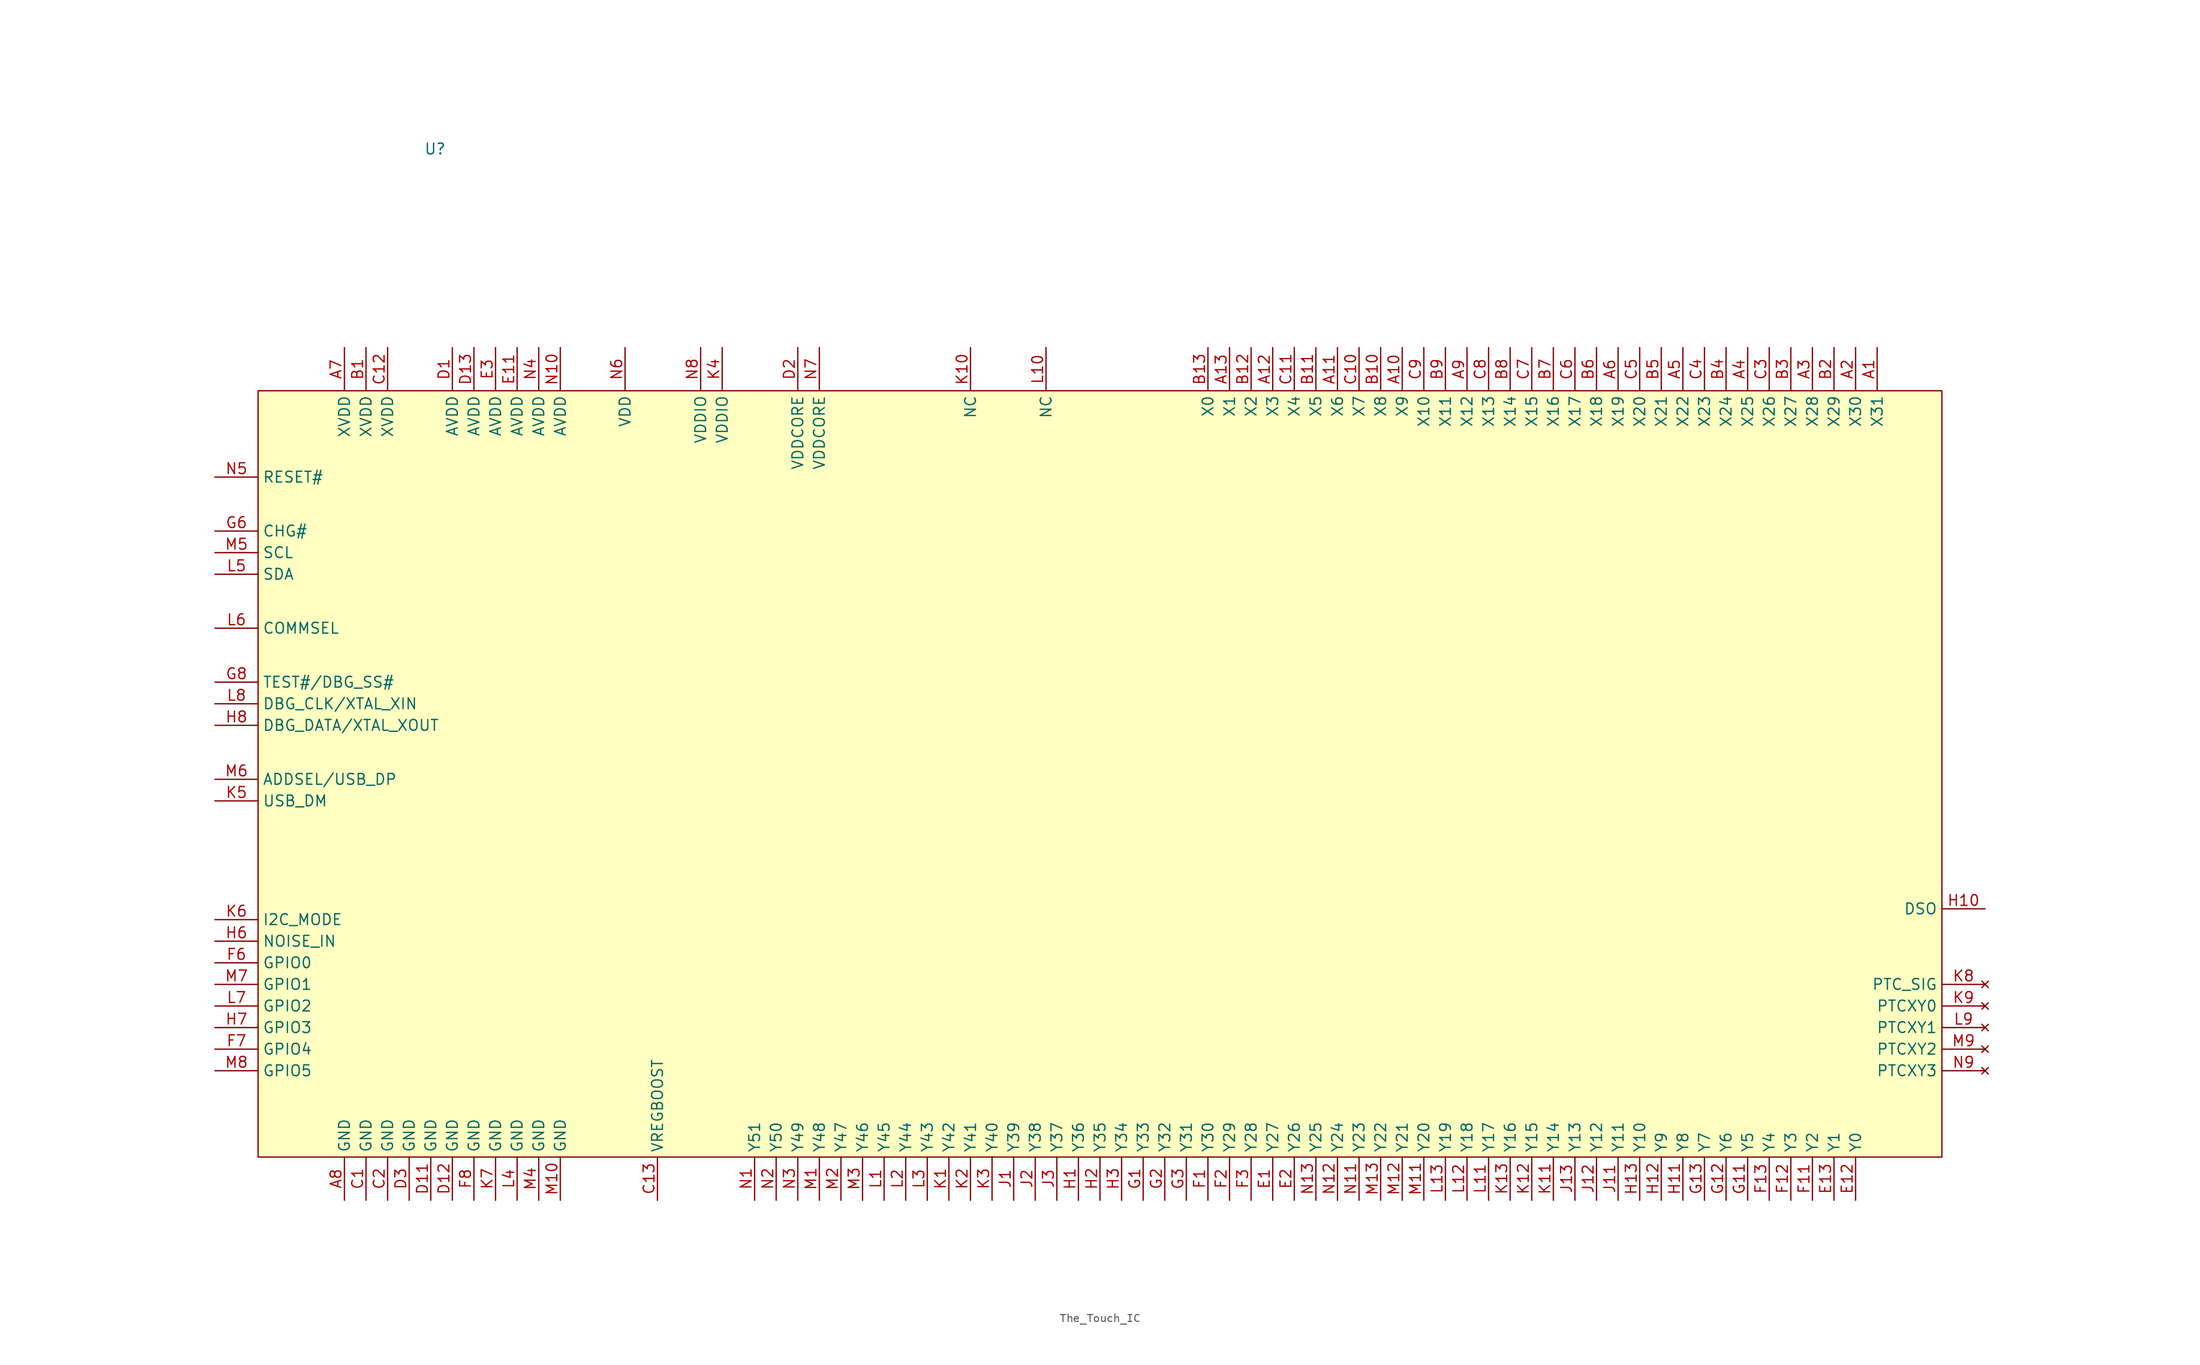
<source format=kicad_sym>
(kicad_symbol_lib
  (version 20241209)
  (generator "kicad_symbol_editor")
  (generator_version "9.0")
  (symbol "The_Touch_IC"
    (property "Reference" "U"
      (at -2.032 94.488 0)
      (effects (font (size 1.27 1.27))))
    (property "Value" ""
      (at 0 0 0)
      (effects (font (size 1.27 1.27))))
    (symbol "The_Touch_IC_1_1"
      (rectangle (start -22.86 66.04) (end 175.26 -24.13) (stroke (width 0) (type solid)) (fill (type background)))
      (pin unspecified line (at -27.94 55.88 0) (length 5.08) (name "RESET#" (effects (font (size 1.27 1.27)))) (number "N5" (effects (font (size 1.27 1.27)))))
      (pin unspecified line (at -27.94 49.53 0) (length 5.08) (name "CHG#" (effects (font (size 1.27 1.27)))) (number "G6" (effects (font (size 1.27 1.27)))))
      (pin unspecified line (at -27.94 46.99 0) (length 5.08) (name "SCL" (effects (font (size 1.27 1.27)))) (number "M5" (effects (font (size 1.27 1.27)))))
      (pin unspecified line (at -27.94 44.45 0) (length 5.08) (name "SDA" (effects (font (size 1.27 1.27)))) (number "L5" (effects (font (size 1.27 1.27)))))
      (pin unspecified line (at -27.94 38.1 0) (length 5.08) (name "COMMSEL" (effects (font (size 1.27 1.27)))) (number "L6" (effects (font (size 1.27 1.27)))))
      (pin unspecified line (at -27.94 31.75 0) (length 5.08) (name "TEST#/DBG_SS#" (effects (font (size 1.27 1.27)))) (number "G8" (effects (font (size 1.27 1.27)))))
      (pin unspecified line (at -27.94 29.21 0) (length 5.08) (name "DBG_CLK/XTAL_XIN" (effects (font (size 1.27 1.27)))) (number "L8" (effects (font (size 1.27 1.27)))))
      (pin unspecified line (at -27.94 26.67 0) (length 5.08) (name "DBG_DATA/XTAL_XOUT" (effects (font (size 1.27 1.27)))) (number "H8" (effects (font (size 1.27 1.27)))))
      (pin unspecified line (at -27.94 20.32 0) (length 5.08) (name "ADDSEL/USB_DP" (effects (font (size 1.27 1.27)))) (number "M6" (effects (font (size 1.27 1.27)))))
      (pin unspecified line (at -27.94 17.78 0) (length 5.08) (name "USB_DM" (effects (font (size 1.27 1.27)))) (number "K5" (effects (font (size 1.27 1.27)))))
      (pin input line (at -27.94 3.81 0) (length 5.08) (name "I2C_MODE" (effects (font (size 1.27 1.27)))) (number "K6" (effects (font (size 1.27 1.27)))))
      (pin input line (at -27.94 1.27 0) (length 5.08) (name "NOISE_IN" (effects (font (size 1.27 1.27)))) (number "H6" (effects (font (size 1.27 1.27)))))
      (pin bidirectional line (at -27.94 -1.27 0) (length 5.08) (name "GPIO0" (effects (font (size 1.27 1.27)))) (number "F6" (effects (font (size 1.27 1.27)))))
      (pin bidirectional line (at -27.94 -3.81 0) (length 5.08) (name "GPIO1" (effects (font (size 1.27 1.27)))) (number "M7" (effects (font (size 1.27 1.27)))))
      (pin bidirectional line (at -27.94 -6.35 0) (length 5.08) (name "GPIO2" (effects (font (size 1.27 1.27)))) (number "L7" (effects (font (size 1.27 1.27)))))
      (pin bidirectional line (at -27.94 -8.89 0) (length 5.08) (name "GPIO3" (effects (font (size 1.27 1.27)))) (number "H7" (effects (font (size 1.27 1.27)))))
      (pin bidirectional line (at -27.94 -11.43 0) (length 5.08) (name "GPIO4" (effects (font (size 1.27 1.27)))) (number "F7" (effects (font (size 1.27 1.27)))))
      (pin bidirectional line (at -27.94 -13.97 0) (length 5.08) (name "GPIO5" (effects (font (size 1.27 1.27)))) (number "M8" (effects (font (size 1.27 1.27)))))
      (pin unspecified line (at -12.7 71.12 270) (length 5.08) (name "XVDD" (effects (font (size 1.27 1.27)))) (number "A7" (effects (font (size 1.27 1.27)))))
      (pin power_in line (at -12.7 -29.21 90) (length 5.08) (name "GND" (effects (font (size 1.27 1.27)))) (number "A8" (effects (font (size 1.27 1.27)))))
      (pin unspecified line (at -10.16 71.12 270) (length 5.08) (name "XVDD" (effects (font (size 1.27 1.27)))) (number "B1" (effects (font (size 1.27 1.27)))))
      (pin power_in line (at -10.16 -29.21 90) (length 5.08) (name "GND" (effects (font (size 1.27 1.27)))) (number "C1" (effects (font (size 1.27 1.27)))))
      (pin unspecified line (at -7.62 71.12 270) (length 5.08) (name "XVDD" (effects (font (size 1.27 1.27)))) (number "C12" (effects (font (size 1.27 1.27)))))
      (pin power_in line (at -7.62 -29.21 90) (length 5.08) (name "GND" (effects (font (size 1.27 1.27)))) (number "C2" (effects (font (size 1.27 1.27)))))
      (pin power_in line (at -5.08 -29.21 90) (length 5.08) (name "GND" (effects (font (size 1.27 1.27)))) (number "D3" (effects (font (size 1.27 1.27)))))
      (pin power_in line (at -2.54 -29.21 90) (length 5.08) (name "GND" (effects (font (size 1.27 1.27)))) (number "D11" (effects (font (size 1.27 1.27)))))
      (pin unspecified line (at 0 71.12 270) (length 5.08) (name "AVDD" (effects (font (size 1.27 1.27)))) (number "D1" (effects (font (size 1.27 1.27)))))
      (pin power_in line (at 0 -29.21 90) (length 5.08) (name "GND" (effects (font (size 1.27 1.27)))) (number "D12" (effects (font (size 1.27 1.27)))))
      (pin unspecified line (at 2.54 71.12 270) (length 5.08) (name "AVDD" (effects (font (size 1.27 1.27)))) (number "D13" (effects (font (size 1.27 1.27)))))
      (pin power_in line (at 2.54 -29.21 90) (length 5.08) (name "GND" (effects (font (size 1.27 1.27)))) (number "F8" (effects (font (size 1.27 1.27)))))
      (pin unspecified line (at 5.08 71.12 270) (length 5.08) (name "AVDD" (effects (font (size 1.27 1.27)))) (number "E3" (effects (font (size 1.27 1.27)))))
      (pin power_in line (at 5.08 -29.21 90) (length 5.08) (name "GND" (effects (font (size 1.27 1.27)))) (number "K7" (effects (font (size 1.27 1.27)))))
      (pin unspecified line (at 7.62 71.12 270) (length 5.08) (name "AVDD" (effects (font (size 1.27 1.27)))) (number "E11" (effects (font (size 1.27 1.27)))))
      (pin power_in line (at 7.62 -29.21 90) (length 5.08) (name "GND" (effects (font (size 1.27 1.27)))) (number "L4" (effects (font (size 1.27 1.27)))))
      (pin unspecified line (at 10.16 71.12 270) (length 5.08) (name "AVDD" (effects (font (size 1.27 1.27)))) (number "N4" (effects (font (size 1.27 1.27)))))
      (pin power_in line (at 10.16 -29.21 90) (length 5.08) (name "GND" (effects (font (size 1.27 1.27)))) (number "M4" (effects (font (size 1.27 1.27)))))
      (pin unspecified line (at 12.7 71.12 270) (length 5.08) (name "AVDD" (effects (font (size 1.27 1.27)))) (number "N10" (effects (font (size 1.27 1.27)))))
      (pin power_in line (at 12.7 -29.21 90) (length 5.08) (name "GND" (effects (font (size 1.27 1.27)))) (number "M10" (effects (font (size 1.27 1.27)))))
      (pin unspecified line (at 20.32 71.12 270) (length 5.08) (name "VDD" (effects (font (size 1.27 1.27)))) (number "N6" (effects (font (size 1.27 1.27)))))
      (pin unspecified line (at 24.13 -29.21 90) (length 5.08) (name "VREGBOOST" (effects (font (size 1.27 1.27)))) (number "C13" (effects (font (size 1.27 1.27)))))
      (pin unspecified line (at 29.21 71.12 270) (length 5.08) (name "VDDIO" (effects (font (size 1.27 1.27)))) (number "N8" (effects (font (size 1.27 1.27)))))
      (pin unspecified line (at 31.75 71.12 270) (length 5.08) (name "VDDIO" (effects (font (size 1.27 1.27)))) (number "K4" (effects (font (size 1.27 1.27)))))
      (pin unspecified line (at 35.56 -29.21 90) (length 5.08) (name "Y51" (effects (font (size 1.27 1.27)))) (number "N1" (effects (font (size 1.27 1.27)))))
      (pin unspecified line (at 38.1 -29.21 90) (length 5.08) (name "Y50" (effects (font (size 1.27 1.27)))) (number "N2" (effects (font (size 1.27 1.27)))))
      (pin unspecified line (at 40.64 71.12 270) (length 5.08) (name "VDDCORE" (effects (font (size 1.27 1.27)))) (number "D2" (effects (font (size 1.27 1.27)))))
      (pin unspecified line (at 40.64 -29.21 90) (length 5.08) (name "Y49" (effects (font (size 1.27 1.27)))) (number "N3" (effects (font (size 1.27 1.27)))))
      (pin unspecified line (at 43.18 71.12 270) (length 5.08) (name "VDDCORE" (effects (font (size 1.27 1.27)))) (number "N7" (effects (font (size 1.27 1.27)))))
      (pin unspecified line (at 43.18 -29.21 90) (length 5.08) (name "Y48" (effects (font (size 1.27 1.27)))) (number "M1" (effects (font (size 1.27 1.27)))))
      (pin unspecified line (at 45.72 -29.21 90) (length 5.08) (name "Y47" (effects (font (size 1.27 1.27)))) (number "M2" (effects (font (size 1.27 1.27)))))
      (pin unspecified line (at 48.26 -29.21 90) (length 5.08) (name "Y46" (effects (font (size 1.27 1.27)))) (number "M3" (effects (font (size 1.27 1.27)))))
      (pin unspecified line (at 50.8 -29.21 90) (length 5.08) (name "Y45" (effects (font (size 1.27 1.27)))) (number "L1" (effects (font (size 1.27 1.27)))))
      (pin unspecified line (at 53.34 -29.21 90) (length 5.08) (name "Y44" (effects (font (size 1.27 1.27)))) (number "L2" (effects (font (size 1.27 1.27)))))
      (pin unspecified line (at 55.88 -29.21 90) (length 5.08) (name "Y43" (effects (font (size 1.27 1.27)))) (number "L3" (effects (font (size 1.27 1.27)))))
      (pin unspecified line (at 58.42 -29.21 90) (length 5.08) (name "Y42" (effects (font (size 1.27 1.27)))) (number "K1" (effects (font (size 1.27 1.27)))))
      (pin unspecified line (at 60.96 71.12 270) (length 5.08) (name "NC" (effects (font (size 1.27 1.27)))) (number "K10" (effects (font (size 1.27 1.27)))))
      (pin unspecified line (at 60.96 -29.21 90) (length 5.08) (name "Y41" (effects (font (size 1.27 1.27)))) (number "K2" (effects (font (size 1.27 1.27)))))
      (pin unspecified line (at 63.5 -29.21 90) (length 5.08) (name "Y40" (effects (font (size 1.27 1.27)))) (number "K3" (effects (font (size 1.27 1.27)))))
      (pin unspecified line (at 66.04 -29.21 90) (length 5.08) (name "Y39" (effects (font (size 1.27 1.27)))) (number "J1" (effects (font (size 1.27 1.27)))))
      (pin unspecified line (at 68.58 -29.21 90) (length 5.08) (name "Y38" (effects (font (size 1.27 1.27)))) (number "J2" (effects (font (size 1.27 1.27)))))
      (pin unspecified line (at 69.85 71.12 270) (length 5.08) (name "NC" (effects (font (size 1.27 1.27)))) (number "L10" (effects (font (size 1.27 1.27)))))
      (pin unspecified line (at 71.12 -29.21 90) (length 5.08) (name "Y37" (effects (font (size 1.27 1.27)))) (number "J3" (effects (font (size 1.27 1.27)))))
      (pin unspecified line (at 73.66 -29.21 90) (length 5.08) (name "Y36" (effects (font (size 1.27 1.27)))) (number "H1" (effects (font (size 1.27 1.27)))))
      (pin unspecified line (at 76.2 -29.21 90) (length 5.08) (name "Y35" (effects (font (size 1.27 1.27)))) (number "H2" (effects (font (size 1.27 1.27)))))
      (pin unspecified line (at 78.74 -29.21 90) (length 5.08) (name "Y34" (effects (font (size 1.27 1.27)))) (number "H3" (effects (font (size 1.27 1.27)))))
      (pin unspecified line (at 81.28 -29.21 90) (length 5.08) (name "Y33" (effects (font (size 1.27 1.27)))) (number "G1" (effects (font (size 1.27 1.27)))))
      (pin unspecified line (at 83.82 -29.21 90) (length 5.08) (name "Y32" (effects (font (size 1.27 1.27)))) (number "G2" (effects (font (size 1.27 1.27)))))
      (pin unspecified line (at 86.36 -29.21 90) (length 5.08) (name "Y31" (effects (font (size 1.27 1.27)))) (number "G3" (effects (font (size 1.27 1.27)))))
      (pin unspecified line (at 88.9 71.12 270) (length 5.08) (name "X0" (effects (font (size 1.27 1.27)))) (number "B13" (effects (font (size 1.27 1.27)))))
      (pin unspecified line (at 88.9 -29.21 90) (length 5.08) (name "Y30" (effects (font (size 1.27 1.27)))) (number "F1" (effects (font (size 1.27 1.27)))))
      (pin unspecified line (at 91.44 71.12 270) (length 5.08) (name "X1" (effects (font (size 1.27 1.27)))) (number "A13" (effects (font (size 1.27 1.27)))))
      (pin unspecified line (at 91.44 -29.21 90) (length 5.08) (name "Y29" (effects (font (size 1.27 1.27)))) (number "F2" (effects (font (size 1.27 1.27)))))
      (pin unspecified line (at 93.98 71.12 270) (length 5.08) (name "X2" (effects (font (size 1.27 1.27)))) (number "B12" (effects (font (size 1.27 1.27)))))
      (pin unspecified line (at 93.98 -29.21 90) (length 5.08) (name "Y28" (effects (font (size 1.27 1.27)))) (number "F3" (effects (font (size 1.27 1.27)))))
      (pin unspecified line (at 96.52 71.12 270) (length 5.08) (name "X3" (effects (font (size 1.27 1.27)))) (number "A12" (effects (font (size 1.27 1.27)))))
      (pin unspecified line (at 96.52 -29.21 90) (length 5.08) (name "Y27" (effects (font (size 1.27 1.27)))) (number "E1" (effects (font (size 1.27 1.27)))))
      (pin unspecified line (at 99.06 71.12 270) (length 5.08) (name "X4" (effects (font (size 1.27 1.27)))) (number "C11" (effects (font (size 1.27 1.27)))))
      (pin unspecified line (at 99.06 -29.21 90) (length 5.08) (name "Y26" (effects (font (size 1.27 1.27)))) (number "E2" (effects (font (size 1.27 1.27)))))
      (pin unspecified line (at 101.6 71.12 270) (length 5.08) (name "X5" (effects (font (size 1.27 1.27)))) (number "B11" (effects (font (size 1.27 1.27)))))
      (pin unspecified line (at 101.6 -29.21 90) (length 5.08) (name "Y25" (effects (font (size 1.27 1.27)))) (number "N13" (effects (font (size 1.27 1.27)))))
      (pin unspecified line (at 104.14 71.12 270) (length 5.08) (name "X6" (effects (font (size 1.27 1.27)))) (number "A11" (effects (font (size 1.27 1.27)))))
      (pin unspecified line (at 104.14 -29.21 90) (length 5.08) (name "Y24" (effects (font (size 1.27 1.27)))) (number "N12" (effects (font (size 1.27 1.27)))))
      (pin unspecified line (at 106.68 71.12 270) (length 5.08) (name "X7" (effects (font (size 1.27 1.27)))) (number "C10" (effects (font (size 1.27 1.27)))))
      (pin unspecified line (at 106.68 -29.21 90) (length 5.08) (name "Y23" (effects (font (size 1.27 1.27)))) (number "N11" (effects (font (size 1.27 1.27)))))
      (pin unspecified line (at 109.22 71.12 270) (length 5.08) (name "X8" (effects (font (size 1.27 1.27)))) (number "B10" (effects (font (size 1.27 1.27)))))
      (pin unspecified line (at 109.22 -29.21 90) (length 5.08) (name "Y22" (effects (font (size 1.27 1.27)))) (number "M13" (effects (font (size 1.27 1.27)))))
      (pin unspecified line (at 111.76 71.12 270) (length 5.08) (name "X9" (effects (font (size 1.27 1.27)))) (number "A10" (effects (font (size 1.27 1.27)))))
      (pin unspecified line (at 111.76 -29.21 90) (length 5.08) (name "Y21" (effects (font (size 1.27 1.27)))) (number "M12" (effects (font (size 1.27 1.27)))))
      (pin unspecified line (at 114.3 71.12 270) (length 5.08) (name "X10" (effects (font (size 1.27 1.27)))) (number "C9" (effects (font (size 1.27 1.27)))))
      (pin unspecified line (at 114.3 -29.21 90) (length 5.08) (name "Y20" (effects (font (size 1.27 1.27)))) (number "M11" (effects (font (size 1.27 1.27)))))
      (pin unspecified line (at 116.84 71.12 270) (length 5.08) (name "X11" (effects (font (size 1.27 1.27)))) (number "B9" (effects (font (size 1.27 1.27)))))
      (pin unspecified line (at 116.84 -29.21 90) (length 5.08) (name "Y19" (effects (font (size 1.27 1.27)))) (number "L13" (effects (font (size 1.27 1.27)))))
      (pin unspecified line (at 119.38 71.12 270) (length 5.08) (name "X12" (effects (font (size 1.27 1.27)))) (number "A9" (effects (font (size 1.27 1.27)))))
      (pin unspecified line (at 119.38 -29.21 90) (length 5.08) (name "Y18" (effects (font (size 1.27 1.27)))) (number "L12" (effects (font (size 1.27 1.27)))))
      (pin unspecified line (at 121.92 71.12 270) (length 5.08) (name "X13" (effects (font (size 1.27 1.27)))) (number "C8" (effects (font (size 1.27 1.27)))))
      (pin unspecified line (at 121.92 -29.21 90) (length 5.08) (name "Y17" (effects (font (size 1.27 1.27)))) (number "L11" (effects (font (size 1.27 1.27)))))
      (pin unspecified line (at 124.46 71.12 270) (length 5.08) (name "X14" (effects (font (size 1.27 1.27)))) (number "B8" (effects (font (size 1.27 1.27)))))
      (pin unspecified line (at 124.46 -29.21 90) (length 5.08) (name "Y16" (effects (font (size 1.27 1.27)))) (number "K13" (effects (font (size 1.27 1.27)))))
      (pin unspecified line (at 127 71.12 270) (length 5.08) (name "X15" (effects (font (size 1.27 1.27)))) (number "C7" (effects (font (size 1.27 1.27)))))
      (pin unspecified line (at 127 -29.21 90) (length 5.08) (name "Y15" (effects (font (size 1.27 1.27)))) (number "K12" (effects (font (size 1.27 1.27)))))
      (pin unspecified line (at 129.54 71.12 270) (length 5.08) (name "X16" (effects (font (size 1.27 1.27)))) (number "B7" (effects (font (size 1.27 1.27)))))
      (pin unspecified line (at 129.54 -29.21 90) (length 5.08) (name "Y14" (effects (font (size 1.27 1.27)))) (number "K11" (effects (font (size 1.27 1.27)))))
      (pin unspecified line (at 132.08 71.12 270) (length 5.08) (name "X17" (effects (font (size 1.27 1.27)))) (number "C6" (effects (font (size 1.27 1.27)))))
      (pin unspecified line (at 132.08 -29.21 90) (length 5.08) (name "Y13" (effects (font (size 1.27 1.27)))) (number "J13" (effects (font (size 1.27 1.27)))))
      (pin unspecified line (at 134.62 71.12 270) (length 5.08) (name "X18" (effects (font (size 1.27 1.27)))) (number "B6" (effects (font (size 1.27 1.27)))))
      (pin unspecified line (at 134.62 -29.21 90) (length 5.08) (name "Y12" (effects (font (size 1.27 1.27)))) (number "J12" (effects (font (size 1.27 1.27)))))
      (pin unspecified line (at 137.16 71.12 270) (length 5.08) (name "X19" (effects (font (size 1.27 1.27)))) (number "A6" (effects (font (size 1.27 1.27)))))
      (pin unspecified line (at 137.16 -29.21 90) (length 5.08) (name "Y11" (effects (font (size 1.27 1.27)))) (number "J11" (effects (font (size 1.27 1.27)))))
      (pin unspecified line (at 139.7 71.12 270) (length 5.08) (name "X20" (effects (font (size 1.27 1.27)))) (number "C5" (effects (font (size 1.27 1.27)))))
      (pin unspecified line (at 139.7 -29.21 90) (length 5.08) (name "Y10" (effects (font (size 1.27 1.27)))) (number "H13" (effects (font (size 1.27 1.27)))))
      (pin unspecified line (at 142.24 71.12 270) (length 5.08) (name "X21" (effects (font (size 1.27 1.27)))) (number "B5" (effects (font (size 1.27 1.27)))))
      (pin unspecified line (at 142.24 -29.21 90) (length 5.08) (name "Y9" (effects (font (size 1.27 1.27)))) (number "H12" (effects (font (size 1.27 1.27)))))
      (pin unspecified line (at 144.78 71.12 270) (length 5.08) (name "X22" (effects (font (size 1.27 1.27)))) (number "A5" (effects (font (size 1.27 1.27)))))
      (pin unspecified line (at 144.78 -29.21 90) (length 5.08) (name "Y8" (effects (font (size 1.27 1.27)))) (number "H11" (effects (font (size 1.27 1.27)))))
      (pin unspecified line (at 147.32 71.12 270) (length 5.08) (name "X23" (effects (font (size 1.27 1.27)))) (number "C4" (effects (font (size 1.27 1.27)))))
      (pin unspecified line (at 147.32 -29.21 90) (length 5.08) (name "Y7" (effects (font (size 1.27 1.27)))) (number "G13" (effects (font (size 1.27 1.27)))))
      (pin unspecified line (at 149.86 71.12 270) (length 5.08) (name "X24" (effects (font (size 1.27 1.27)))) (number "B4" (effects (font (size 1.27 1.27)))))
      (pin unspecified line (at 149.86 -29.21 90) (length 5.08) (name "Y6" (effects (font (size 1.27 1.27)))) (number "G12" (effects (font (size 1.27 1.27)))))
      (pin unspecified line (at 152.4 71.12 270) (length 5.08) (name "X25" (effects (font (size 1.27 1.27)))) (number "A4" (effects (font (size 1.27 1.27)))))
      (pin unspecified line (at 152.4 -29.21 90) (length 5.08) (name "Y5" (effects (font (size 1.27 1.27)))) (number "G11" (effects (font (size 1.27 1.27)))))
      (pin unspecified line (at 154.94 71.12 270) (length 5.08) (name "X26" (effects (font (size 1.27 1.27)))) (number "C3" (effects (font (size 1.27 1.27)))))
      (pin unspecified line (at 154.94 -29.21 90) (length 5.08) (name "Y4" (effects (font (size 1.27 1.27)))) (number "F13" (effects (font (size 1.27 1.27)))))
      (pin unspecified line (at 157.48 71.12 270) (length 5.08) (name "X27" (effects (font (size 1.27 1.27)))) (number "B3" (effects (font (size 1.27 1.27)))))
      (pin unspecified line (at 157.48 -29.21 90) (length 5.08) (name "Y3" (effects (font (size 1.27 1.27)))) (number "F12" (effects (font (size 1.27 1.27)))))
      (pin unspecified line (at 160.02 71.12 270) (length 5.08) (name "X28" (effects (font (size 1.27 1.27)))) (number "A3" (effects (font (size 1.27 1.27)))))
      (pin unspecified line (at 160.02 -29.21 90) (length 5.08) (name "Y2" (effects (font (size 1.27 1.27)))) (number "F11" (effects (font (size 1.27 1.27)))))
      (pin unspecified line (at 162.56 71.12 270) (length 5.08) (name "X29" (effects (font (size 1.27 1.27)))) (number "B2" (effects (font (size 1.27 1.27)))))
      (pin unspecified line (at 162.56 -29.21 90) (length 5.08) (name "Y1" (effects (font (size 1.27 1.27)))) (number "E13" (effects (font (size 1.27 1.27)))))
      (pin unspecified line (at 165.1 71.12 270) (length 5.08) (name "X30" (effects (font (size 1.27 1.27)))) (number "A2" (effects (font (size 1.27 1.27)))))
      (pin unspecified line (at 165.1 -29.21 90) (length 5.08) (name "Y0" (effects (font (size 1.27 1.27)))) (number "E12" (effects (font (size 1.27 1.27)))))
      (pin unspecified line (at 167.64 71.12 270) (length 5.08) (name "X31" (effects (font (size 1.27 1.27)))) (number "A1" (effects (font (size 1.27 1.27)))))
      (pin unspecified line (at 180.34 5.08 180) (length 5.08) (name "DSO" (effects (font (size 1.27 1.27)))) (number "H10" (effects (font (size 1.27 1.27)))))
      (pin no_connect line (at 180.34 -3.81 180) (length 5.08) (name "PTC_SIG" (effects (font (size 1.27 1.27)))) (number "K8" (effects (font (size 1.27 1.27)))))
      (pin no_connect line (at 180.34 -6.35 180) (length 5.08) (name "PTCXY0" (effects (font (size 1.27 1.27)))) (number "K9" (effects (font (size 1.27 1.27)))))
      (pin no_connect line (at 180.34 -8.89 180) (length 5.08) (name "PTCXY1" (effects (font (size 1.27 1.27)))) (number "L9" (effects (font (size 1.27 1.27)))))
      (pin no_connect line (at 180.34 -11.43 180) (length 5.08) (name "PTCXY2" (effects (font (size 1.27 1.27)))) (number "M9" (effects (font (size 1.27 1.27)))))
      (pin no_connect line (at 180.34 -13.97 180) (length 5.08) (name "PTCXY3" (effects (font (size 1.27 1.27)))) (number "N9" (effects (font (size 1.27 1.27))))))))
</source>
